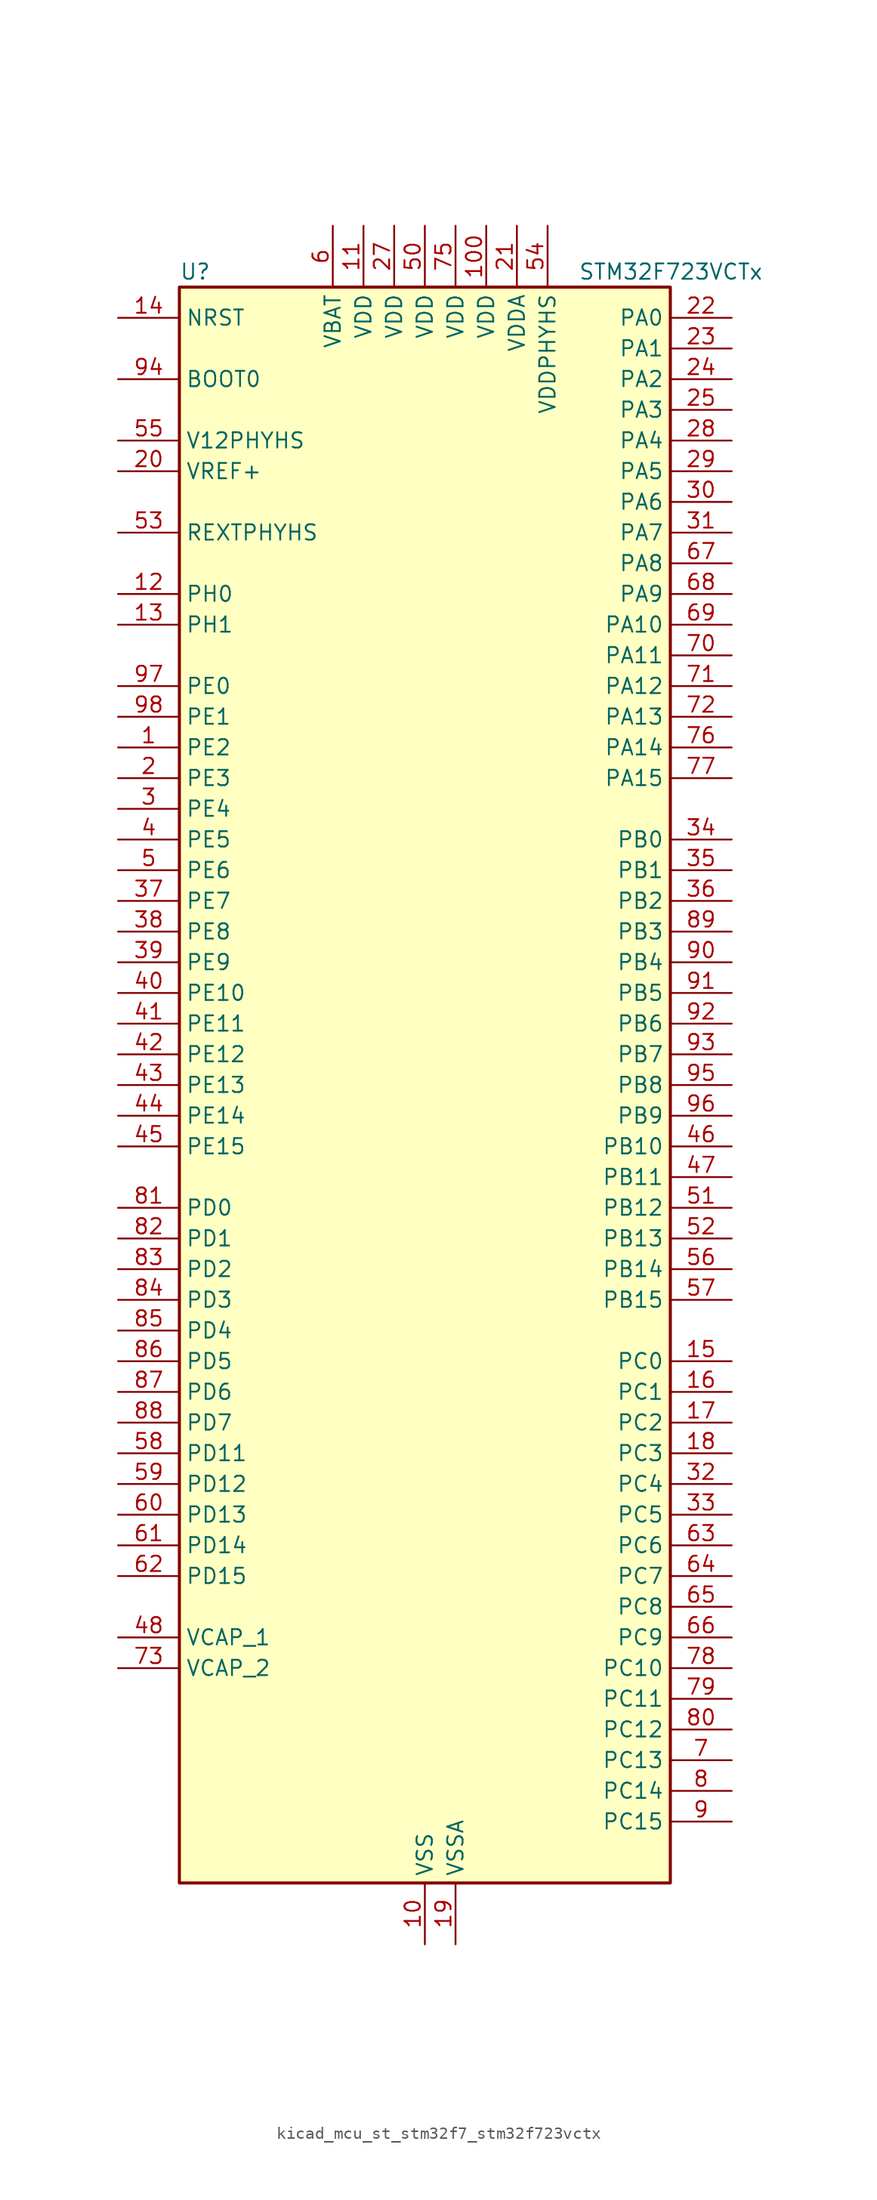
<source format=kicad_sym>
(kicad_symbol_lib
  (version 20220914)
  (generator kicad_symbol_editor)
  (symbol "kicad_mcu_st_stm32f7_stm32f723vctx"
    (property "Reference" "U"
      (at -20.32 67.31 0)
      (effects (font (size 1.27 1.27)) (justify left)))
    (property "Value" "STM32F723VCTx"
      (at 12.7 67.31 0)
      (effects (font (size 1.27 1.27)) (justify left)))
    (property "ki_locked" ""
      (at 0 0 0)
      (effects (font (size 1.27 1.27))))
    (symbol "kicad_mcu_st_stm32f7_stm32f723vctx_0_1"
      (rectangle (start -20.32 -66.04) (end 20.32 66.04) (stroke (width 0.254) (type default)) (fill (type background))))
    (symbol "kicad_mcu_st_stm32f7_stm32f723vctx_1_1"
      (pin bidirectional line (at -25.4 27.94 0) (length 5.08) (name "PE2" (effects (font (size 1.27 1.27)))) (number "1" (effects (font (size 1.27 1.27)))) (alternate "FMC_A23" bidirectional line) (alternate "QUADSPI_BK1_IO2" bidirectional line) (alternate "SAI1_MCLK_A" bidirectional line) (alternate "SPI4_SCK" bidirectional line) (alternate "SYS_TRACECLK" bidirectional line))
      (pin power_in line (at 0 -71.12 90) (length 5.08) (name "VSS" (effects (font (size 1.27 1.27)))) (number "10" (effects (font (size 1.27 1.27)))))
      (pin power_in line (at 5.08 71.12 270) (length 5.08) (name "VDD" (effects (font (size 1.27 1.27)))) (number "100" (effects (font (size 1.27 1.27)))))
      (pin power_in line (at -5.08 71.12 270) (length 5.08) (name "VDD" (effects (font (size 1.27 1.27)))) (number "11" (effects (font (size 1.27 1.27)))))
      (pin bidirectional line (at -25.4 40.64 0) (length 5.08) (name "PH0" (effects (font (size 1.27 1.27)))) (number "12" (effects (font (size 1.27 1.27)))) (alternate "RCC_OSC_IN" bidirectional line))
      (pin bidirectional line (at -25.4 38.1 0) (length 5.08) (name "PH1" (effects (font (size 1.27 1.27)))) (number "13" (effects (font (size 1.27 1.27)))) (alternate "RCC_OSC_OUT" bidirectional line))
      (pin input line (at -25.4 63.5 0) (length 5.08) (name "NRST" (effects (font (size 1.27 1.27)))) (number "14" (effects (font (size 1.27 1.27)))))
      (pin bidirectional line (at 25.4 -22.86 180) (length 5.08) (name "PC0" (effects (font (size 1.27 1.27)))) (number "15" (effects (font (size 1.27 1.27)))) (alternate "ADC1_IN10" bidirectional line) (alternate "ADC2_IN10" bidirectional line) (alternate "ADC3_IN10" bidirectional line) (alternate "FMC_SDNWE" bidirectional line) (alternate "SAI2_FS_B" bidirectional line))
      (pin bidirectional line (at 25.4 -25.4 180) (length 5.08) (name "PC1" (effects (font (size 1.27 1.27)))) (number "16" (effects (font (size 1.27 1.27)))) (alternate "ADC1_IN11" bidirectional line) (alternate "ADC2_IN11" bidirectional line) (alternate "ADC3_IN11" bidirectional line) (alternate "I2S2_SD" bidirectional line) (alternate "RTC_TAMP3" bidirectional line) (alternate "RTC_TS" bidirectional line) (alternate "SAI1_SD_A" bidirectional line) (alternate "SPI2_MOSI" bidirectional line) (alternate "SYS_TRACED0" bidirectional line) (alternate "SYS_WKUP3" bidirectional line))
      (pin bidirectional line (at 25.4 -27.94 180) (length 5.08) (name "PC2" (effects (font (size 1.27 1.27)))) (number "17" (effects (font (size 1.27 1.27)))) (alternate "ADC1_IN12" bidirectional line) (alternate "ADC2_IN12" bidirectional line) (alternate "ADC3_IN12" bidirectional line) (alternate "FMC_SDNE0" bidirectional line) (alternate "SPI2_MISO" bidirectional line))
      (pin bidirectional line (at 25.4 -30.48 180) (length 5.08) (name "PC3" (effects (font (size 1.27 1.27)))) (number "18" (effects (font (size 1.27 1.27)))) (alternate "ADC1_IN13" bidirectional line) (alternate "ADC2_IN13" bidirectional line) (alternate "ADC3_IN13" bidirectional line) (alternate "FMC_SDCKE0" bidirectional line) (alternate "I2S2_SD" bidirectional line) (alternate "SPI2_MOSI" bidirectional line))
      (pin power_in line (at 2.54 -71.12 90) (length 5.08) (name "VSSA" (effects (font (size 1.27 1.27)))) (number "19" (effects (font (size 1.27 1.27)))))
      (pin bidirectional line (at -25.4 25.4 0) (length 5.08) (name "PE3" (effects (font (size 1.27 1.27)))) (number "2" (effects (font (size 1.27 1.27)))) (alternate "FMC_A19" bidirectional line) (alternate "SAI1_SD_B" bidirectional line) (alternate "SYS_TRACED0" bidirectional line))
      (pin input line (at -25.4 50.8 0) (length 5.08) (name "VREF+" (effects (font (size 1.27 1.27)))) (number "20" (effects (font (size 1.27 1.27)))))
      (pin power_in line (at 7.62 71.12 270) (length 5.08) (name "VDDA" (effects (font (size 1.27 1.27)))) (number "21" (effects (font (size 1.27 1.27)))))
      (pin bidirectional line (at 25.4 63.5 180) (length 5.08) (name "PA0" (effects (font (size 1.27 1.27)))) (number "22" (effects (font (size 1.27 1.27)))) (alternate "ADC1_IN0" bidirectional line) (alternate "ADC2_IN0" bidirectional line) (alternate "ADC3_IN0" bidirectional line) (alternate "SAI2_SD_B" bidirectional line) (alternate "SYS_WKUP1" bidirectional line) (alternate "TIM2_CH1" bidirectional line) (alternate "TIM2_ETR" bidirectional line) (alternate "TIM5_CH1" bidirectional line) (alternate "TIM8_ETR" bidirectional line) (alternate "UART4_TX" bidirectional line) (alternate "USART2_CTS" bidirectional line))
      (pin bidirectional line (at 25.4 60.96 180) (length 5.08) (name "PA1" (effects (font (size 1.27 1.27)))) (number "23" (effects (font (size 1.27 1.27)))) (alternate "ADC1_IN1" bidirectional line) (alternate "ADC2_IN1" bidirectional line) (alternate "ADC3_IN1" bidirectional line) (alternate "QUADSPI_BK1_IO3" bidirectional line) (alternate "SAI2_MCLK_B" bidirectional line) (alternate "TIM2_CH2" bidirectional line) (alternate "TIM5_CH2" bidirectional line) (alternate "UART4_RX" bidirectional line) (alternate "USART2_DE" bidirectional line) (alternate "USART2_RTS" bidirectional line))
      (pin bidirectional line (at 25.4 58.42 180) (length 5.08) (name "PA2" (effects (font (size 1.27 1.27)))) (number "24" (effects (font (size 1.27 1.27)))) (alternate "ADC1_IN2" bidirectional line) (alternate "ADC2_IN2" bidirectional line) (alternate "ADC3_IN2" bidirectional line) (alternate "SAI2_SCK_B" bidirectional line) (alternate "SYS_WKUP2" bidirectional line) (alternate "TIM2_CH3" bidirectional line) (alternate "TIM5_CH3" bidirectional line) (alternate "TIM9_CH1" bidirectional line) (alternate "USART2_TX" bidirectional line))
      (pin bidirectional line (at 25.4 55.88 180) (length 5.08) (name "PA3" (effects (font (size 1.27 1.27)))) (number "25" (effects (font (size 1.27 1.27)))) (alternate "ADC1_IN3" bidirectional line) (alternate "ADC2_IN3" bidirectional line) (alternate "ADC3_IN3" bidirectional line) (alternate "TIM2_CH4" bidirectional line) (alternate "TIM5_CH4" bidirectional line) (alternate "TIM9_CH2" bidirectional line) (alternate "USART2_RX" bidirectional line))
      (pin passive line (at 0 -71.12 90) (length 5.08) hide (name "VSS" (effects (font (size 1.27 1.27)))) (number "26" (effects (font (size 1.27 1.27)))))
      (pin power_in line (at -2.54 71.12 270) (length 5.08) (name "VDD" (effects (font (size 1.27 1.27)))) (number "27" (effects (font (size 1.27 1.27)))))
      (pin bidirectional line (at 25.4 53.34 180) (length 5.08) (name "PA4" (effects (font (size 1.27 1.27)))) (number "28" (effects (font (size 1.27 1.27)))) (alternate "ADC1_IN4" bidirectional line) (alternate "ADC2_IN4" bidirectional line) (alternate "DAC_OUT1" bidirectional line) (alternate "I2S1_WS" bidirectional line) (alternate "I2S3_WS" bidirectional line) (alternate "SPI1_NSS" bidirectional line) (alternate "SPI3_NSS" bidirectional line) (alternate "USART2_CK" bidirectional line) (alternate "USB_OTG_HS_SOF" bidirectional line))
      (pin bidirectional line (at 25.4 50.8 180) (length 5.08) (name "PA5" (effects (font (size 1.27 1.27)))) (number "29" (effects (font (size 1.27 1.27)))) (alternate "ADC1_IN5" bidirectional line) (alternate "ADC2_IN5" bidirectional line) (alternate "DAC_OUT2" bidirectional line) (alternate "I2S1_CK" bidirectional line) (alternate "SPI1_SCK" bidirectional line) (alternate "TIM2_CH1" bidirectional line) (alternate "TIM2_ETR" bidirectional line) (alternate "TIM8_CH1N" bidirectional line))
      (pin bidirectional line (at -25.4 22.86 0) (length 5.08) (name "PE4" (effects (font (size 1.27 1.27)))) (number "3" (effects (font (size 1.27 1.27)))) (alternate "FMC_A20" bidirectional line) (alternate "SAI1_FS_A" bidirectional line) (alternate "SPI4_NSS" bidirectional line) (alternate "SYS_TRACED1" bidirectional line))
      (pin bidirectional line (at 25.4 48.26 180) (length 5.08) (name "PA6" (effects (font (size 1.27 1.27)))) (number "30" (effects (font (size 1.27 1.27)))) (alternate "ADC1_IN6" bidirectional line) (alternate "ADC2_IN6" bidirectional line) (alternate "SPI1_MISO" bidirectional line) (alternate "TIM13_CH1" bidirectional line) (alternate "TIM1_BKIN" bidirectional line) (alternate "TIM3_CH1" bidirectional line) (alternate "TIM8_BKIN" bidirectional line))
      (pin bidirectional line (at 25.4 45.72 180) (length 5.08) (name "PA7" (effects (font (size 1.27 1.27)))) (number "31" (effects (font (size 1.27 1.27)))) (alternate "ADC1_IN7" bidirectional line) (alternate "ADC2_IN7" bidirectional line) (alternate "FMC_SDNWE" bidirectional line) (alternate "I2S1_SD" bidirectional line) (alternate "SPI1_MOSI" bidirectional line) (alternate "TIM14_CH1" bidirectional line) (alternate "TIM1_CH1N" bidirectional line) (alternate "TIM3_CH2" bidirectional line) (alternate "TIM8_CH1N" bidirectional line))
      (pin bidirectional line (at 25.4 -33.02 180) (length 5.08) (name "PC4" (effects (font (size 1.27 1.27)))) (number "32" (effects (font (size 1.27 1.27)))) (alternate "ADC1_IN14" bidirectional line) (alternate "ADC2_IN14" bidirectional line) (alternate "FMC_SDNE0" bidirectional line) (alternate "I2S1_MCK" bidirectional line))
      (pin bidirectional line (at 25.4 -35.56 180) (length 5.08) (name "PC5" (effects (font (size 1.27 1.27)))) (number "33" (effects (font (size 1.27 1.27)))) (alternate "ADC1_IN15" bidirectional line) (alternate "ADC2_IN15" bidirectional line) (alternate "FMC_SDCKE0" bidirectional line))
      (pin bidirectional line (at 25.4 20.32 180) (length 5.08) (name "PB0" (effects (font (size 1.27 1.27)))) (number "34" (effects (font (size 1.27 1.27)))) (alternate "ADC1_IN8" bidirectional line) (alternate "ADC2_IN8" bidirectional line) (alternate "TIM1_CH2N" bidirectional line) (alternate "TIM3_CH3" bidirectional line) (alternate "TIM8_CH2N" bidirectional line) (alternate "UART4_CTS" bidirectional line))
      (pin bidirectional line (at 25.4 17.78 180) (length 5.08) (name "PB1" (effects (font (size 1.27 1.27)))) (number "35" (effects (font (size 1.27 1.27)))) (alternate "ADC1_IN9" bidirectional line) (alternate "ADC2_IN9" bidirectional line) (alternate "TIM1_CH3N" bidirectional line) (alternate "TIM3_CH4" bidirectional line) (alternate "TIM8_CH3N" bidirectional line))
      (pin bidirectional line (at 25.4 15.24 180) (length 5.08) (name "PB2" (effects (font (size 1.27 1.27)))) (number "36" (effects (font (size 1.27 1.27)))) (alternate "I2S3_SD" bidirectional line) (alternate "QUADSPI_CLK" bidirectional line) (alternate "SAI1_SD_A" bidirectional line) (alternate "SPI3_MOSI" bidirectional line))
      (pin bidirectional line (at -25.4 15.24 0) (length 5.08) (name "PE7" (effects (font (size 1.27 1.27)))) (number "37" (effects (font (size 1.27 1.27)))) (alternate "FMC_D4" bidirectional line) (alternate "FMC_DA4" bidirectional line) (alternate "QUADSPI_BK2_IO0" bidirectional line) (alternate "TIM1_ETR" bidirectional line) (alternate "UART7_RX" bidirectional line))
      (pin bidirectional line (at -25.4 12.7 0) (length 5.08) (name "PE8" (effects (font (size 1.27 1.27)))) (number "38" (effects (font (size 1.27 1.27)))) (alternate "FMC_D5" bidirectional line) (alternate "FMC_DA5" bidirectional line) (alternate "QUADSPI_BK2_IO1" bidirectional line) (alternate "TIM1_CH1N" bidirectional line) (alternate "UART7_TX" bidirectional line))
      (pin bidirectional line (at -25.4 10.16 0) (length 5.08) (name "PE9" (effects (font (size 1.27 1.27)))) (number "39" (effects (font (size 1.27 1.27)))) (alternate "DAC_EXTI9" bidirectional line) (alternate "FMC_D6" bidirectional line) (alternate "FMC_DA6" bidirectional line) (alternate "QUADSPI_BK2_IO2" bidirectional line) (alternate "TIM1_CH1" bidirectional line) (alternate "UART7_DE" bidirectional line) (alternate "UART7_RTS" bidirectional line))
      (pin bidirectional line (at -25.4 20.32 0) (length 5.08) (name "PE5" (effects (font (size 1.27 1.27)))) (number "4" (effects (font (size 1.27 1.27)))) (alternate "FMC_A21" bidirectional line) (alternate "SAI1_SCK_A" bidirectional line) (alternate "SPI4_MISO" bidirectional line) (alternate "SYS_TRACED2" bidirectional line) (alternate "TIM9_CH1" bidirectional line))
      (pin bidirectional line (at -25.4 7.62 0) (length 5.08) (name "PE10" (effects (font (size 1.27 1.27)))) (number "40" (effects (font (size 1.27 1.27)))) (alternate "FMC_D7" bidirectional line) (alternate "FMC_DA7" bidirectional line) (alternate "QUADSPI_BK2_IO3" bidirectional line) (alternate "TIM1_CH2N" bidirectional line) (alternate "UART7_CTS" bidirectional line))
      (pin bidirectional line (at -25.4 5.08 0) (length 5.08) (name "PE11" (effects (font (size 1.27 1.27)))) (number "41" (effects (font (size 1.27 1.27)))) (alternate "ADC1_EXTI11" bidirectional line) (alternate "ADC2_EXTI11" bidirectional line) (alternate "ADC3_EXTI11" bidirectional line) (alternate "FMC_D8" bidirectional line) (alternate "FMC_DA8" bidirectional line) (alternate "SAI2_SD_B" bidirectional line) (alternate "SPI4_NSS" bidirectional line) (alternate "TIM1_CH2" bidirectional line))
      (pin bidirectional line (at -25.4 2.54 0) (length 5.08) (name "PE12" (effects (font (size 1.27 1.27)))) (number "42" (effects (font (size 1.27 1.27)))) (alternate "FMC_D9" bidirectional line) (alternate "FMC_DA9" bidirectional line) (alternate "SAI2_SCK_B" bidirectional line) (alternate "SPI4_SCK" bidirectional line) (alternate "TIM1_CH3N" bidirectional line))
      (pin bidirectional line (at -25.4 0 0) (length 5.08) (name "PE13" (effects (font (size 1.27 1.27)))) (number "43" (effects (font (size 1.27 1.27)))) (alternate "FMC_D10" bidirectional line) (alternate "FMC_DA10" bidirectional line) (alternate "SAI2_FS_B" bidirectional line) (alternate "SPI4_MISO" bidirectional line) (alternate "TIM1_CH3" bidirectional line))
      (pin bidirectional line (at -25.4 -2.54 0) (length 5.08) (name "PE14" (effects (font (size 1.27 1.27)))) (number "44" (effects (font (size 1.27 1.27)))) (alternate "FMC_D11" bidirectional line) (alternate "FMC_DA11" bidirectional line) (alternate "SAI2_MCLK_B" bidirectional line) (alternate "SPI4_MOSI" bidirectional line) (alternate "TIM1_CH4" bidirectional line))
      (pin bidirectional line (at -25.4 -5.08 0) (length 5.08) (name "PE15" (effects (font (size 1.27 1.27)))) (number "45" (effects (font (size 1.27 1.27)))) (alternate "FMC_D12" bidirectional line) (alternate "FMC_DA12" bidirectional line) (alternate "TIM1_BKIN" bidirectional line))
      (pin bidirectional line (at 25.4 -5.08 180) (length 5.08) (name "PB10" (effects (font (size 1.27 1.27)))) (number "46" (effects (font (size 1.27 1.27)))) (alternate "I2C2_SCL" bidirectional line) (alternate "I2S2_CK" bidirectional line) (alternate "SPI2_SCK" bidirectional line) (alternate "TIM2_CH3" bidirectional line) (alternate "USART3_TX" bidirectional line))
      (pin bidirectional line (at 25.4 -7.62 180) (length 5.08) (name "PB11" (effects (font (size 1.27 1.27)))) (number "47" (effects (font (size 1.27 1.27)))) (alternate "ADC1_EXTI11" bidirectional line) (alternate "ADC2_EXTI11" bidirectional line) (alternate "ADC3_EXTI11" bidirectional line) (alternate "I2C2_SDA" bidirectional line) (alternate "TIM2_CH4" bidirectional line) (alternate "USART3_RX" bidirectional line))
      (pin power_out line (at -25.4 -45.72 0) (length 5.08) (name "VCAP_1" (effects (font (size 1.27 1.27)))) (number "48" (effects (font (size 1.27 1.27)))))
      (pin passive line (at 0 -71.12 90) (length 5.08) hide (name "VSS" (effects (font (size 1.27 1.27)))) (number "49" (effects (font (size 1.27 1.27)))))
      (pin bidirectional line (at -25.4 17.78 0) (length 5.08) (name "PE6" (effects (font (size 1.27 1.27)))) (number "5" (effects (font (size 1.27 1.27)))) (alternate "FMC_A22" bidirectional line) (alternate "SAI1_SD_A" bidirectional line) (alternate "SAI2_MCLK_B" bidirectional line) (alternate "SPI4_MOSI" bidirectional line) (alternate "SYS_TRACED3" bidirectional line) (alternate "TIM1_BKIN2" bidirectional line) (alternate "TIM9_CH2" bidirectional line))
      (pin power_in line (at 0 71.12 270) (length 5.08) (name "VDD" (effects (font (size 1.27 1.27)))) (number "50" (effects (font (size 1.27 1.27)))))
      (pin bidirectional line (at 25.4 -10.16 180) (length 5.08) (name "PB12" (effects (font (size 1.27 1.27)))) (number "51" (effects (font (size 1.27 1.27)))) (alternate "I2C2_SMBA" bidirectional line) (alternate "I2S2_WS" bidirectional line) (alternate "SPI2_NSS" bidirectional line) (alternate "TIM1_BKIN" bidirectional line) (alternate "USART3_CK" bidirectional line) (alternate "USB_OTG_HS_ID" bidirectional line))
      (pin bidirectional line (at 25.4 -12.7 180) (length 5.08) (name "PB13" (effects (font (size 1.27 1.27)))) (number "52" (effects (font (size 1.27 1.27)))) (alternate "I2S2_CK" bidirectional line) (alternate "SPI2_SCK" bidirectional line) (alternate "TIM1_CH1N" bidirectional line) (alternate "USART3_CTS" bidirectional line) (alternate "USB_OTG_HS_VBUS" bidirectional line))
      (pin bidirectional line (at -25.4 45.72 0) (length 5.08) (name "REXTPHYHS" (effects (font (size 1.27 1.27)))) (number "53" (effects (font (size 1.27 1.27)))) (alternate "USB_OTG_HS_REXTPHYHS" bidirectional line))
      (pin power_in line (at 10.16 71.12 270) (length 5.08) (name "VDDPHYHS" (effects (font (size 1.27 1.27)))) (number "54" (effects (font (size 1.27 1.27)))))
      (pin power_in line (at -25.4 53.34 0) (length 5.08) (name "V12PHYHS" (effects (font (size 1.27 1.27)))) (number "55" (effects (font (size 1.27 1.27)))))
      (pin bidirectional line (at 25.4 -15.24 180) (length 5.08) (name "PB14" (effects (font (size 1.27 1.27)))) (number "56" (effects (font (size 1.27 1.27)))) (alternate "USB_OTG_HS_DM" bidirectional line))
      (pin bidirectional line (at 25.4 -17.78 180) (length 5.08) (name "PB15" (effects (font (size 1.27 1.27)))) (number "57" (effects (font (size 1.27 1.27)))) (alternate "USB_OTG_HS_DP" bidirectional line))
      (pin bidirectional line (at -25.4 -30.48 0) (length 5.08) (name "PD11" (effects (font (size 1.27 1.27)))) (number "58" (effects (font (size 1.27 1.27)))) (alternate "ADC1_EXTI11" bidirectional line) (alternate "ADC2_EXTI11" bidirectional line) (alternate "ADC3_EXTI11" bidirectional line) (alternate "FMC_A16" bidirectional line) (alternate "FMC_CLE" bidirectional line) (alternate "QUADSPI_BK1_IO0" bidirectional line) (alternate "SAI2_SD_A" bidirectional line) (alternate "USART3_CTS" bidirectional line))
      (pin bidirectional line (at -25.4 -33.02 0) (length 5.08) (name "PD12" (effects (font (size 1.27 1.27)))) (number "59" (effects (font (size 1.27 1.27)))) (alternate "FMC_A17" bidirectional line) (alternate "FMC_ALE" bidirectional line) (alternate "LPTIM1_IN1" bidirectional line) (alternate "QUADSPI_BK1_IO1" bidirectional line) (alternate "SAI2_FS_A" bidirectional line) (alternate "TIM4_CH1" bidirectional line) (alternate "USART3_DE" bidirectional line) (alternate "USART3_RTS" bidirectional line))
      (pin power_in line (at -7.62 71.12 270) (length 5.08) (name "VBAT" (effects (font (size 1.27 1.27)))) (number "6" (effects (font (size 1.27 1.27)))))
      (pin bidirectional line (at -25.4 -35.56 0) (length 5.08) (name "PD13" (effects (font (size 1.27 1.27)))) (number "60" (effects (font (size 1.27 1.27)))) (alternate "FMC_A18" bidirectional line) (alternate "LPTIM1_OUT" bidirectional line) (alternate "QUADSPI_BK1_IO3" bidirectional line) (alternate "SAI2_SCK_A" bidirectional line) (alternate "TIM4_CH2" bidirectional line))
      (pin bidirectional line (at -25.4 -38.1 0) (length 5.08) (name "PD14" (effects (font (size 1.27 1.27)))) (number "61" (effects (font (size 1.27 1.27)))) (alternate "FMC_D0" bidirectional line) (alternate "FMC_DA0" bidirectional line) (alternate "TIM4_CH3" bidirectional line) (alternate "UART8_CTS" bidirectional line))
      (pin bidirectional line (at -25.4 -40.64 0) (length 5.08) (name "PD15" (effects (font (size 1.27 1.27)))) (number "62" (effects (font (size 1.27 1.27)))) (alternate "FMC_D1" bidirectional line) (alternate "FMC_DA1" bidirectional line) (alternate "TIM4_CH4" bidirectional line) (alternate "UART8_DE" bidirectional line) (alternate "UART8_RTS" bidirectional line))
      (pin bidirectional line (at 25.4 -38.1 180) (length 5.08) (name "PC6" (effects (font (size 1.27 1.27)))) (number "63" (effects (font (size 1.27 1.27)))) (alternate "I2S2_MCK" bidirectional line) (alternate "SDMMC1_D6" bidirectional line) (alternate "TIM3_CH1" bidirectional line) (alternate "TIM8_CH1" bidirectional line) (alternate "USART6_TX" bidirectional line))
      (pin bidirectional line (at 25.4 -40.64 180) (length 5.08) (name "PC7" (effects (font (size 1.27 1.27)))) (number "64" (effects (font (size 1.27 1.27)))) (alternate "I2S3_MCK" bidirectional line) (alternate "SDMMC1_D7" bidirectional line) (alternate "TIM3_CH2" bidirectional line) (alternate "TIM8_CH2" bidirectional line) (alternate "USART6_RX" bidirectional line))
      (pin bidirectional line (at 25.4 -43.18 180) (length 5.08) (name "PC8" (effects (font (size 1.27 1.27)))) (number "65" (effects (font (size 1.27 1.27)))) (alternate "SDMMC1_D0" bidirectional line) (alternate "SYS_TRACED1" bidirectional line) (alternate "TIM3_CH3" bidirectional line) (alternate "TIM8_CH3" bidirectional line) (alternate "UART5_DE" bidirectional line) (alternate "UART5_RTS" bidirectional line) (alternate "USART6_CK" bidirectional line))
      (pin bidirectional line (at 25.4 -45.72 180) (length 5.08) (name "PC9" (effects (font (size 1.27 1.27)))) (number "66" (effects (font (size 1.27 1.27)))) (alternate "DAC_EXTI9" bidirectional line) (alternate "I2C3_SDA" bidirectional line) (alternate "I2S_CKIN" bidirectional line) (alternate "QUADSPI_BK1_IO0" bidirectional line) (alternate "RCC_MCO_2" bidirectional line) (alternate "SDMMC1_D1" bidirectional line) (alternate "TIM3_CH4" bidirectional line) (alternate "TIM8_CH4" bidirectional line) (alternate "UART5_CTS" bidirectional line))
      (pin bidirectional line (at 25.4 43.18 180) (length 5.08) (name "PA8" (effects (font (size 1.27 1.27)))) (number "67" (effects (font (size 1.27 1.27)))) (alternate "I2C3_SCL" bidirectional line) (alternate "RCC_MCO_1" bidirectional line) (alternate "TIM1_CH1" bidirectional line) (alternate "TIM8_BKIN2" bidirectional line) (alternate "USART1_CK" bidirectional line) (alternate "USB_OTG_FS_SOF" bidirectional line))
      (pin bidirectional line (at 25.4 40.64 180) (length 5.08) (name "PA9" (effects (font (size 1.27 1.27)))) (number "68" (effects (font (size 1.27 1.27)))) (alternate "DAC_EXTI9" bidirectional line) (alternate "I2C3_SMBA" bidirectional line) (alternate "I2S2_CK" bidirectional line) (alternate "SPI2_SCK" bidirectional line) (alternate "TIM1_CH2" bidirectional line) (alternate "USART1_TX" bidirectional line) (alternate "USB_OTG_FS_VBUS" bidirectional line))
      (pin bidirectional line (at 25.4 38.1 180) (length 5.08) (name "PA10" (effects (font (size 1.27 1.27)))) (number "69" (effects (font (size 1.27 1.27)))) (alternate "TIM1_CH3" bidirectional line) (alternate "USART1_RX" bidirectional line) (alternate "USB_OTG_FS_ID" bidirectional line))
      (pin bidirectional line (at 25.4 -55.88 180) (length 5.08) (name "PC13" (effects (font (size 1.27 1.27)))) (number "7" (effects (font (size 1.27 1.27)))) (alternate "RTC_OUT" bidirectional line) (alternate "RTC_TAMP1" bidirectional line) (alternate "RTC_TS" bidirectional line) (alternate "SYS_WKUP4" bidirectional line))
      (pin bidirectional line (at 25.4 35.56 180) (length 5.08) (name "PA11" (effects (font (size 1.27 1.27)))) (number "70" (effects (font (size 1.27 1.27)))) (alternate "ADC1_EXTI11" bidirectional line) (alternate "ADC2_EXTI11" bidirectional line) (alternate "ADC3_EXTI11" bidirectional line) (alternate "CAN1_RX" bidirectional line) (alternate "TIM1_CH4" bidirectional line) (alternate "USART1_CTS" bidirectional line) (alternate "USB_OTG_FS_DM" bidirectional line))
      (pin bidirectional line (at 25.4 33.02 180) (length 5.08) (name "PA12" (effects (font (size 1.27 1.27)))) (number "71" (effects (font (size 1.27 1.27)))) (alternate "CAN1_TX" bidirectional line) (alternate "SAI2_FS_B" bidirectional line) (alternate "TIM1_ETR" bidirectional line) (alternate "USART1_DE" bidirectional line) (alternate "USART1_RTS" bidirectional line) (alternate "USB_OTG_FS_DP" bidirectional line))
      (pin bidirectional line (at 25.4 30.48 180) (length 5.08) (name "PA13" (effects (font (size 1.27 1.27)))) (number "72" (effects (font (size 1.27 1.27)))) (alternate "SYS_JTMS-SWDIO" bidirectional line))
      (pin power_out line (at -25.4 -48.26 0) (length 5.08) (name "VCAP_2" (effects (font (size 1.27 1.27)))) (number "73" (effects (font (size 1.27 1.27)))))
      (pin passive line (at 0 -71.12 90) (length 5.08) hide (name "VSS" (effects (font (size 1.27 1.27)))) (number "74" (effects (font (size 1.27 1.27)))))
      (pin power_in line (at 2.54 71.12 270) (length 5.08) (name "VDD" (effects (font (size 1.27 1.27)))) (number "75" (effects (font (size 1.27 1.27)))))
      (pin bidirectional line (at 25.4 27.94 180) (length 5.08) (name "PA14" (effects (font (size 1.27 1.27)))) (number "76" (effects (font (size 1.27 1.27)))) (alternate "SYS_JTCK-SWCLK" bidirectional line))
      (pin bidirectional line (at 25.4 25.4 180) (length 5.08) (name "PA15" (effects (font (size 1.27 1.27)))) (number "77" (effects (font (size 1.27 1.27)))) (alternate "I2S1_WS" bidirectional line) (alternate "I2S3_WS" bidirectional line) (alternate "SPI1_NSS" bidirectional line) (alternate "SPI3_NSS" bidirectional line) (alternate "SYS_JTDI" bidirectional line) (alternate "TIM2_CH1" bidirectional line) (alternate "TIM2_ETR" bidirectional line) (alternate "UART4_DE" bidirectional line) (alternate "UART4_RTS" bidirectional line))
      (pin bidirectional line (at 25.4 -48.26 180) (length 5.08) (name "PC10" (effects (font (size 1.27 1.27)))) (number "78" (effects (font (size 1.27 1.27)))) (alternate "I2S3_CK" bidirectional line) (alternate "QUADSPI_BK1_IO1" bidirectional line) (alternate "SDMMC1_D2" bidirectional line) (alternate "SPI3_SCK" bidirectional line) (alternate "UART4_TX" bidirectional line) (alternate "USART3_TX" bidirectional line))
      (pin bidirectional line (at 25.4 -50.8 180) (length 5.08) (name "PC11" (effects (font (size 1.27 1.27)))) (number "79" (effects (font (size 1.27 1.27)))) (alternate "ADC1_EXTI11" bidirectional line) (alternate "ADC2_EXTI11" bidirectional line) (alternate "ADC3_EXTI11" bidirectional line) (alternate "QUADSPI_BK2_NCS" bidirectional line) (alternate "SDMMC1_D3" bidirectional line) (alternate "SPI3_MISO" bidirectional line) (alternate "UART4_RX" bidirectional line) (alternate "USART3_RX" bidirectional line))
      (pin bidirectional line (at 25.4 -58.42 180) (length 5.08) (name "PC14" (effects (font (size 1.27 1.27)))) (number "8" (effects (font (size 1.27 1.27)))) (alternate "RCC_OSC32_IN" bidirectional line))
      (pin bidirectional line (at 25.4 -53.34 180) (length 5.08) (name "PC12" (effects (font (size 1.27 1.27)))) (number "80" (effects (font (size 1.27 1.27)))) (alternate "I2S3_SD" bidirectional line) (alternate "SDMMC1_CK" bidirectional line) (alternate "SPI3_MOSI" bidirectional line) (alternate "SYS_TRACED3" bidirectional line) (alternate "UART5_TX" bidirectional line) (alternate "USART3_CK" bidirectional line))
      (pin bidirectional line (at -25.4 -10.16 0) (length 5.08) (name "PD0" (effects (font (size 1.27 1.27)))) (number "81" (effects (font (size 1.27 1.27)))) (alternate "CAN1_RX" bidirectional line) (alternate "FMC_D2" bidirectional line) (alternate "FMC_DA2" bidirectional line))
      (pin bidirectional line (at -25.4 -12.7 0) (length 5.08) (name "PD1" (effects (font (size 1.27 1.27)))) (number "82" (effects (font (size 1.27 1.27)))) (alternate "CAN1_TX" bidirectional line) (alternate "FMC_D3" bidirectional line) (alternate "FMC_DA3" bidirectional line))
      (pin bidirectional line (at -25.4 -15.24 0) (length 5.08) (name "PD2" (effects (font (size 1.27 1.27)))) (number "83" (effects (font (size 1.27 1.27)))) (alternate "SDMMC1_CMD" bidirectional line) (alternate "SYS_TRACED2" bidirectional line) (alternate "TIM3_ETR" bidirectional line) (alternate "UART5_RX" bidirectional line))
      (pin bidirectional line (at -25.4 -17.78 0) (length 5.08) (name "PD3" (effects (font (size 1.27 1.27)))) (number "84" (effects (font (size 1.27 1.27)))) (alternate "FMC_CLK" bidirectional line) (alternate "I2S2_CK" bidirectional line) (alternate "SPI2_SCK" bidirectional line) (alternate "USART2_CTS" bidirectional line))
      (pin bidirectional line (at -25.4 -20.32 0) (length 5.08) (name "PD4" (effects (font (size 1.27 1.27)))) (number "85" (effects (font (size 1.27 1.27)))) (alternate "FMC_NOE" bidirectional line) (alternate "USART2_DE" bidirectional line) (alternate "USART2_RTS" bidirectional line))
      (pin bidirectional line (at -25.4 -22.86 0) (length 5.08) (name "PD5" (effects (font (size 1.27 1.27)))) (number "86" (effects (font (size 1.27 1.27)))) (alternate "FMC_NWE" bidirectional line) (alternate "USART2_TX" bidirectional line))
      (pin bidirectional line (at -25.4 -25.4 0) (length 5.08) (name "PD6" (effects (font (size 1.27 1.27)))) (number "87" (effects (font (size 1.27 1.27)))) (alternate "FMC_NWAIT" bidirectional line) (alternate "I2S3_SD" bidirectional line) (alternate "SAI1_SD_A" bidirectional line) (alternate "SPI3_MOSI" bidirectional line) (alternate "USART2_RX" bidirectional line))
      (pin bidirectional line (at -25.4 -27.94 0) (length 5.08) (name "PD7" (effects (font (size 1.27 1.27)))) (number "88" (effects (font (size 1.27 1.27)))) (alternate "FMC_NE1" bidirectional line) (alternate "USART2_CK" bidirectional line))
      (pin bidirectional line (at 25.4 12.7 180) (length 5.08) (name "PB3" (effects (font (size 1.27 1.27)))) (number "89" (effects (font (size 1.27 1.27)))) (alternate "I2S1_CK" bidirectional line) (alternate "I2S3_CK" bidirectional line) (alternate "SPI1_SCK" bidirectional line) (alternate "SPI3_SCK" bidirectional line) (alternate "SYS_JTDO-SWO" bidirectional line) (alternate "TIM2_CH2" bidirectional line))
      (pin bidirectional line (at 25.4 -60.96 180) (length 5.08) (name "PC15" (effects (font (size 1.27 1.27)))) (number "9" (effects (font (size 1.27 1.27)))) (alternate "RCC_OSC32_OUT" bidirectional line))
      (pin bidirectional line (at 25.4 10.16 180) (length 5.08) (name "PB4" (effects (font (size 1.27 1.27)))) (number "90" (effects (font (size 1.27 1.27)))) (alternate "I2S2_WS" bidirectional line) (alternate "SPI1_MISO" bidirectional line) (alternate "SPI2_NSS" bidirectional line) (alternate "SPI3_MISO" bidirectional line) (alternate "SYS_JTRST" bidirectional line) (alternate "TIM3_CH1" bidirectional line))
      (pin bidirectional line (at 25.4 7.62 180) (length 5.08) (name "PB5" (effects (font (size 1.27 1.27)))) (number "91" (effects (font (size 1.27 1.27)))) (alternate "FMC_SDCKE1" bidirectional line) (alternate "I2C1_SMBA" bidirectional line) (alternate "I2S1_SD" bidirectional line) (alternate "I2S3_SD" bidirectional line) (alternate "SPI1_MOSI" bidirectional line) (alternate "SPI3_MOSI" bidirectional line) (alternate "TIM3_CH2" bidirectional line))
      (pin bidirectional line (at 25.4 5.08 180) (length 5.08) (name "PB6" (effects (font (size 1.27 1.27)))) (number "92" (effects (font (size 1.27 1.27)))) (alternate "FMC_SDNE1" bidirectional line) (alternate "I2C1_SCL" bidirectional line) (alternate "QUADSPI_BK1_NCS" bidirectional line) (alternate "TIM4_CH1" bidirectional line) (alternate "USART1_TX" bidirectional line))
      (pin bidirectional line (at 25.4 2.54 180) (length 5.08) (name "PB7" (effects (font (size 1.27 1.27)))) (number "93" (effects (font (size 1.27 1.27)))) (alternate "FMC_NL" bidirectional line) (alternate "I2C1_SDA" bidirectional line) (alternate "TIM4_CH2" bidirectional line) (alternate "USART1_RX" bidirectional line))
      (pin input line (at -25.4 58.42 0) (length 5.08) (name "BOOT0" (effects (font (size 1.27 1.27)))) (number "94" (effects (font (size 1.27 1.27)))))
      (pin bidirectional line (at 25.4 0 180) (length 5.08) (name "PB8" (effects (font (size 1.27 1.27)))) (number "95" (effects (font (size 1.27 1.27)))) (alternate "CAN1_RX" bidirectional line) (alternate "I2C1_SCL" bidirectional line) (alternate "SDMMC1_D4" bidirectional line) (alternate "TIM10_CH1" bidirectional line) (alternate "TIM4_CH3" bidirectional line))
      (pin bidirectional line (at 25.4 -2.54 180) (length 5.08) (name "PB9" (effects (font (size 1.27 1.27)))) (number "96" (effects (font (size 1.27 1.27)))) (alternate "CAN1_TX" bidirectional line) (alternate "DAC_EXTI9" bidirectional line) (alternate "I2C1_SDA" bidirectional line) (alternate "I2S2_WS" bidirectional line) (alternate "SDMMC1_D5" bidirectional line) (alternate "SPI2_NSS" bidirectional line) (alternate "TIM11_CH1" bidirectional line) (alternate "TIM4_CH4" bidirectional line))
      (pin bidirectional line (at -25.4 33.02 0) (length 5.08) (name "PE0" (effects (font (size 1.27 1.27)))) (number "97" (effects (font (size 1.27 1.27)))) (alternate "FMC_NBL0" bidirectional line) (alternate "LPTIM1_ETR" bidirectional line) (alternate "SAI2_MCLK_A" bidirectional line) (alternate "TIM4_ETR" bidirectional line) (alternate "UART8_RX" bidirectional line))
      (pin bidirectional line (at -25.4 30.48 0) (length 5.08) (name "PE1" (effects (font (size 1.27 1.27)))) (number "98" (effects (font (size 1.27 1.27)))) (alternate "FMC_NBL1" bidirectional line) (alternate "LPTIM1_IN2" bidirectional line) (alternate "UART8_TX" bidirectional line))
      (pin passive line (at 0 -71.12 90) (length 5.08) hide (name "VSS" (effects (font (size 1.27 1.27)))) (number "99" (effects (font (size 1.27 1.27))))))))
</source>
